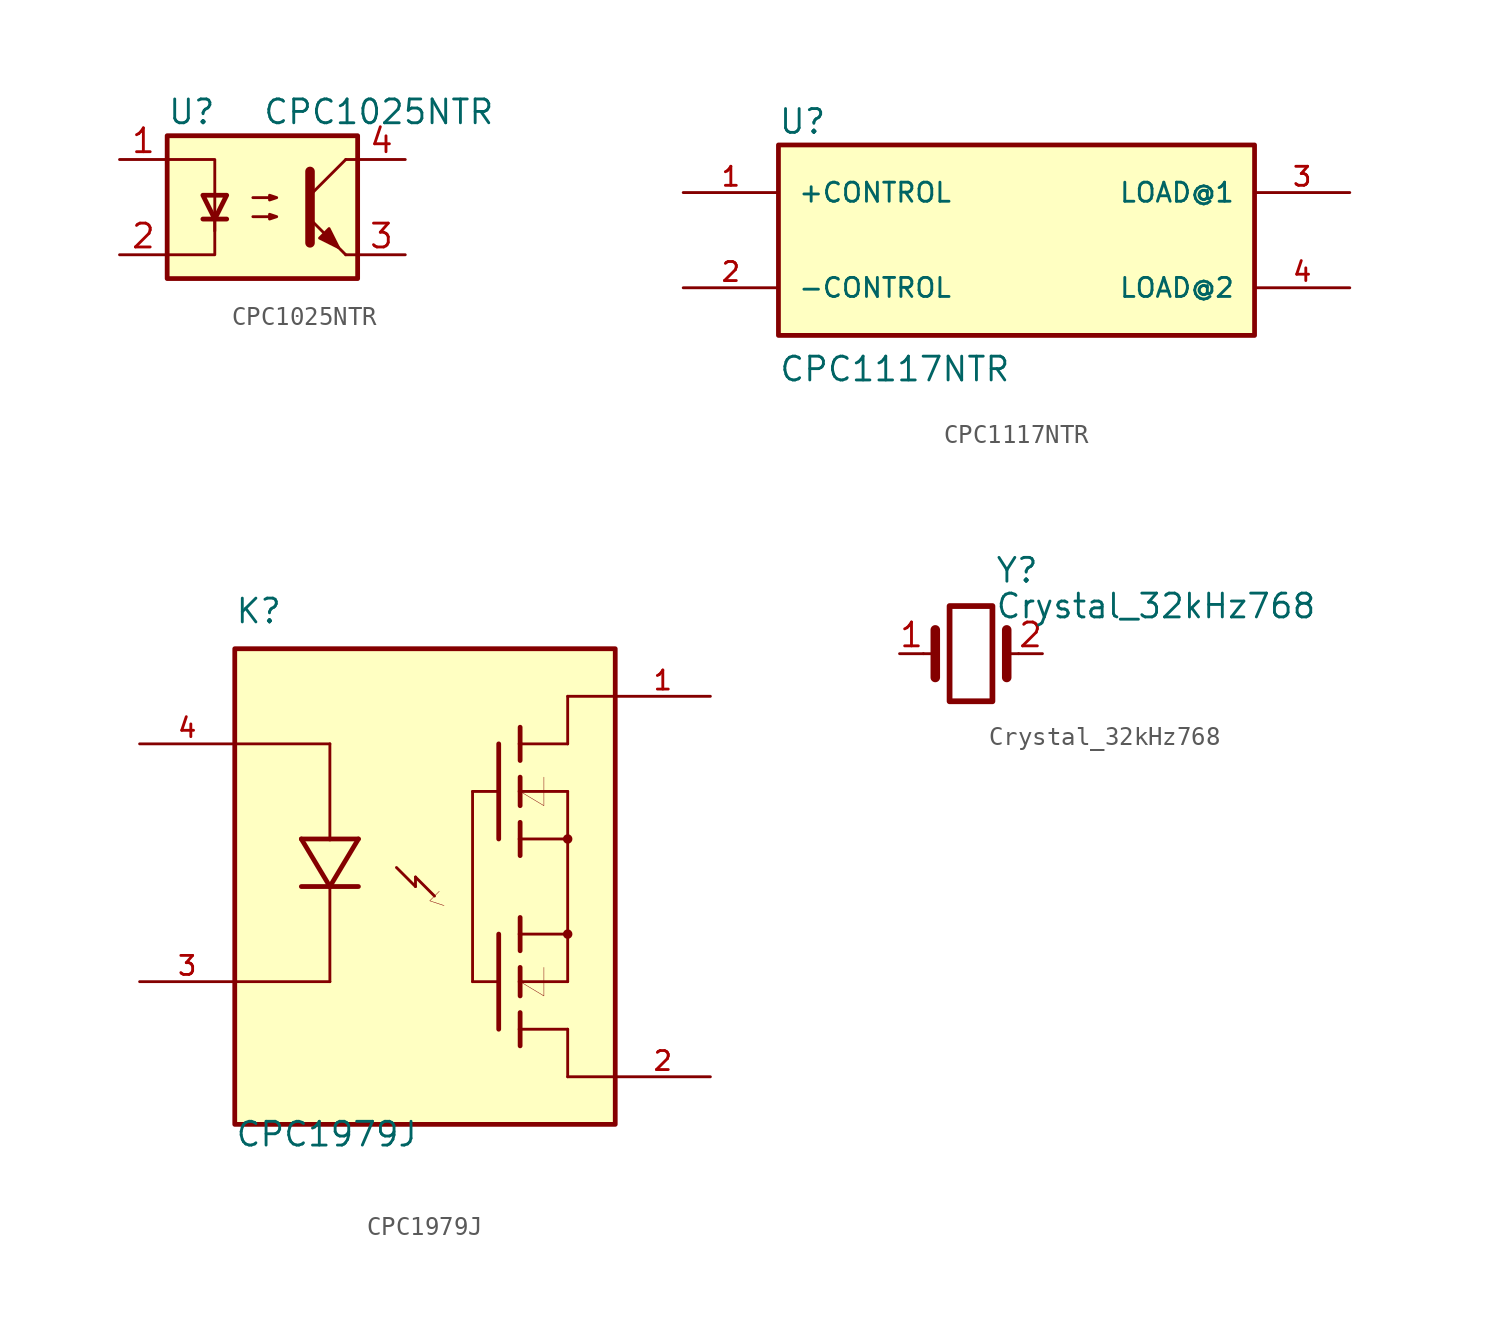
<source format=kicad_sym>
(kicad_symbol_lib
  (version 20211014)
  (generator kicad_symbol_editor)
  (symbol "CPC1025NTR"
    (pin_names
      (offset 1.016))
    (property "Reference" "U"
      (at -5.08 5.08 0)
      (effects (font (size 1.27 1.27)) (justify left)))
    (property "Value" "CPC1025NTR"
      (at 0 5.08 0)
      (effects (font (size 1.27 1.27)) (justify left)))
    (symbol "CPC1025NTR_0_1"
      (rectangle (start -5.08 3.81) (end 5.08 -3.81) (stroke (width 0.254) (type default) (color 0 0 0 0)) (fill (type background)))
      (polyline (pts (xy -3.175 -0.635) (xy -1.905 -0.635)) (stroke (width 0.254) (type default) (color 0 0 0 0)) (fill (type none)))
      (polyline (pts (xy 2.54 0.635) (xy 4.445 2.54)) (stroke (width 0) (type default) (color 0 0 0 0)) (fill (type none)))
      (polyline (pts (xy 4.445 -2.54) (xy 2.54 -0.635)) (stroke (width 0) (type default) (color 0 0 0 0)) (fill (type outline)))
      (polyline (pts (xy 4.445 -2.54) (xy 5.08 -2.54)) (stroke (width 0) (type default) (color 0 0 0 0)) (fill (type none)))
      (polyline (pts (xy 4.445 2.54) (xy 5.08 2.54)) (stroke (width 0) (type default) (color 0 0 0 0)) (fill (type none)))
      (polyline (pts (xy -2.54 -0.635) (xy -2.54 -2.54) (xy -5.08 -2.54)) (stroke (width 0) (type default) (color 0 0 0 0)) (fill (type none)))
      (polyline (pts (xy 2.54 1.905) (xy 2.54 -1.905) (xy 2.54 -1.905)) (stroke (width 0.508) (type default) (color 0 0 0 0)) (fill (type none)))
      (polyline (pts (xy -5.08 2.54) (xy -2.54 2.54) (xy -2.54 -1.27) (xy -2.54 0.635)) (stroke (width 0) (type default) (color 0 0 0 0)) (fill (type none)))
      (polyline (pts (xy -2.54 -0.635) (xy -3.175 0.635) (xy -1.905 0.635) (xy -2.54 -0.635)) (stroke (width 0.254) (type default) (color 0 0 0 0)) (fill (type none)))
      (polyline (pts (xy -0.508 -0.508) (xy 0.762 -0.508) (xy 0.381 -0.635) (xy 0.381 -0.381) (xy 0.762 -0.508)) (stroke (width 0) (type default) (color 0 0 0 0)) (fill (type none)))
      (polyline (pts (xy -0.508 0.508) (xy 0.762 0.508) (xy 0.381 0.381) (xy 0.381 0.635) (xy 0.762 0.508)) (stroke (width 0) (type default) (color 0 0 0 0)) (fill (type none)))
      (polyline (pts (xy 3.048 -1.651) (xy 3.556 -1.143) (xy 4.064 -2.159) (xy 3.048 -1.651) (xy 3.048 -1.651)) (stroke (width 0) (type default) (color 0 0 0 0)) (fill (type outline))))
    (symbol "CPC1025NTR_1_1"
      (pin passive line (at -7.62 2.54 0) (length 2.54) (name "~" (effects (font (size 1.27 1.27)))) (number "1" (effects (font (size 1.27 1.27)))))
      (pin passive line (at -7.62 -2.54 0) (length 2.54) (name "~" (effects (font (size 1.27 1.27)))) (number "2" (effects (font (size 1.27 1.27)))))
      (pin passive line (at 7.62 -2.54 180) (length 2.54) (name "~" (effects (font (size 1.27 1.27)))) (number "3" (effects (font (size 1.27 1.27)))))
      (pin passive line (at 7.62 2.54 180) (length 2.54) (name "~" (effects (font (size 1.27 1.27)))) (number "4" (effects (font (size 1.27 1.27)))))))
  (symbol "CPC1117NTR"
    (pin_names
      (offset 1.016))
    (property "Reference" "U"
      (at -12.725 5.588 0)
      (effects (font (size 1.27 1.27)) (justify left bottom)))
    (property "Value" "CPC1117NTR"
      (at -12.7 -7.62 0)
      (effects (font (size 1.27 1.27)) (justify left bottom)))
    (symbol "CPC1117NTR_0_0"
      (rectangle (start -12.7 -5.08) (end 12.7 5.08) (stroke (width 0.254) (type default) (color 0 0 0 0)) (fill (type background)))
      (pin passive line (at -17.78 2.54 0) (length 5.08) (name "+CONTROL" (effects (font (size 1.016 1.016)))) (number "1" (effects (font (size 1.016 1.016)))))
      (pin passive line (at -17.78 -2.54 0) (length 5.08) (name "-CONTROL" (effects (font (size 1.016 1.016)))) (number "2" (effects (font (size 1.016 1.016)))))
      (pin passive line (at 17.78 2.54 180) (length 5.08) (name "LOAD@1" (effects (font (size 1.016 1.016)))) (number "3" (effects (font (size 1.016 1.016)))))
      (pin passive line (at 17.78 -2.54 180) (length 5.08) (name "LOAD@2" (effects (font (size 1.016 1.016)))) (number "4" (effects (font (size 1.016 1.016)))))))
  (symbol "CPC1979J"
    (pin_names
      (offset 1.016) hide)
    (property "Reference" "K"
      (at -10.16 13.97 0)
      (effects (font (size 1.27 1.27)) (justify left bottom)))
    (property "Value" "CPC1979J"
      (at -10.16 -13.97 0)
      (effects (font (size 1.27 1.27)) (justify left bottom)))
    (symbol "CPC1979J_0_0"
      (rectangle (start -10.16 -12.7) (end 10.16 12.7) (stroke (width 0.254) (type default) (color 0 0 0 0)) (fill (type background)))
      (polyline (pts (xy -10.16 -5.08) (xy -5.08 -5.08)) (stroke (width 0.152) (type default) (color 0 0 0 0)) (fill (type none)))
      (polyline (pts (xy -10.16 7.62) (xy -5.08 7.62)) (stroke (width 0.152) (type default) (color 0 0 0 0)) (fill (type none)))
      (polyline (pts (xy -6.604 2.54) (xy -5.08 0)) (stroke (width 0.254) (type default) (color 0 0 0 0)) (fill (type none)))
      (polyline (pts (xy -5.08 -5.08) (xy -5.08 0)) (stroke (width 0.152) (type default) (color 0 0 0 0)) (fill (type none)))
      (polyline (pts (xy -5.08 0) (xy -6.604 0)) (stroke (width 0.254) (type default) (color 0 0 0 0)) (fill (type none)))
      (polyline (pts (xy -5.08 0) (xy -3.556 2.54)) (stroke (width 0.254) (type default) (color 0 0 0 0)) (fill (type none)))
      (polyline (pts (xy -5.08 2.54) (xy -6.604 2.54)) (stroke (width 0.254) (type default) (color 0 0 0 0)) (fill (type none)))
      (polyline (pts (xy -5.08 7.62) (xy -5.08 2.54)) (stroke (width 0.152) (type default) (color 0 0 0 0)) (fill (type none)))
      (polyline (pts (xy -3.556 0) (xy -5.08 0)) (stroke (width 0.254) (type default) (color 0 0 0 0)) (fill (type none)))
      (polyline (pts (xy -3.556 2.54) (xy -5.08 2.54)) (stroke (width 0.254) (type default) (color 0 0 0 0)) (fill (type none)))
      (polyline (pts (xy -1.524 1.016) (xy -0.508 0)) (stroke (width 0.152) (type default) (color 0 0 0 0)) (fill (type none)))
      (polyline (pts (xy -0.508 0) (xy -0.508 0.508)) (stroke (width 0.152) (type default) (color 0 0 0 0)) (fill (type none)))
      (polyline (pts (xy -0.508 0.508) (xy 0.508 -0.508)) (stroke (width 0.152) (type default) (color 0 0 0 0)) (fill (type none)))
      (polyline (pts (xy 2.54 -5.08) (xy 2.54 5.08)) (stroke (width 0.152) (type default) (color 0 0 0 0)) (fill (type none)))
      (polyline (pts (xy 2.54 -5.08) (xy 3.861 -5.08)) (stroke (width 0.152) (type default) (color 0 0 0 0)) (fill (type none)))
      (polyline (pts (xy 2.54 5.08) (xy 3.861 5.08)) (stroke (width 0.152) (type default) (color 0 0 0 0)) (fill (type none)))
      (polyline (pts (xy 3.937 -7.62) (xy 3.937 -2.54)) (stroke (width 0.254) (type default) (color 0 0 0 0)) (fill (type none)))
      (polyline (pts (xy 3.937 7.62) (xy 3.937 2.54)) (stroke (width 0.254) (type default) (color 0 0 0 0)) (fill (type none)))
      (polyline (pts (xy 5.08 -8.509) (xy 5.08 -7.62)) (stroke (width 0.254) (type default) (color 0 0 0 0)) (fill (type none)))
      (polyline (pts (xy 5.08 -7.62) (xy 5.08 -6.731)) (stroke (width 0.254) (type default) (color 0 0 0 0)) (fill (type none)))
      (polyline (pts (xy 5.08 -7.62) (xy 7.62 -7.62)) (stroke (width 0.152) (type default) (color 0 0 0 0)) (fill (type none)))
      (polyline (pts (xy 5.08 -5.842) (xy 5.08 -5.08)) (stroke (width 0.254) (type default) (color 0 0 0 0)) (fill (type none)))
      (polyline (pts (xy 5.08 -5.08) (xy 5.08 -4.318)) (stroke (width 0.254) (type default) (color 0 0 0 0)) (fill (type none)))
      (polyline (pts (xy 5.08 -5.08) (xy 7.62 -5.08)) (stroke (width 0.152) (type default) (color 0 0 0 0)) (fill (type none)))
      (polyline (pts (xy 5.08 -3.429) (xy 5.08 -2.54)) (stroke (width 0.254) (type default) (color 0 0 0 0)) (fill (type none)))
      (polyline (pts (xy 5.08 -2.54) (xy 5.08 -1.651)) (stroke (width 0.254) (type default) (color 0 0 0 0)) (fill (type none)))
      (polyline (pts (xy 5.08 2.54) (xy 5.08 1.651)) (stroke (width 0.254) (type default) (color 0 0 0 0)) (fill (type none)))
      (polyline (pts (xy 5.08 3.429) (xy 5.08 2.54)) (stroke (width 0.254) (type default) (color 0 0 0 0)) (fill (type none)))
      (polyline (pts (xy 5.08 5.08) (xy 5.08 4.318)) (stroke (width 0.254) (type default) (color 0 0 0 0)) (fill (type none)))
      (polyline (pts (xy 5.08 5.08) (xy 7.62 5.08)) (stroke (width 0.152) (type default) (color 0 0 0 0)) (fill (type none)))
      (polyline (pts (xy 5.08 5.842) (xy 5.08 5.08)) (stroke (width 0.254) (type default) (color 0 0 0 0)) (fill (type none)))
      (polyline (pts (xy 5.08 7.62) (xy 5.08 6.731)) (stroke (width 0.254) (type default) (color 0 0 0 0)) (fill (type none)))
      (polyline (pts (xy 5.08 7.62) (xy 7.62 7.62)) (stroke (width 0.152) (type default) (color 0 0 0 0)) (fill (type none)))
      (polyline (pts (xy 5.08 8.509) (xy 5.08 7.62)) (stroke (width 0.254) (type default) (color 0 0 0 0)) (fill (type none)))
      (polyline (pts (xy 7.62 -10.16) (xy 10.16 -10.16)) (stroke (width 0.152) (type default) (color 0 0 0 0)) (fill (type none)))
      (polyline (pts (xy 7.62 -7.62) (xy 7.62 -10.16)) (stroke (width 0.152) (type default) (color 0 0 0 0)) (fill (type none)))
      (polyline (pts (xy 7.62 -5.08) (xy 7.62 -2.54)) (stroke (width 0.152) (type default) (color 0 0 0 0)) (fill (type none)))
      (polyline (pts (xy 7.62 -2.54) (xy 5.08 -2.54)) (stroke (width 0.152) (type default) (color 0 0 0 0)) (fill (type none)))
      (polyline (pts (xy 7.62 2.54) (xy 5.08 2.54)) (stroke (width 0.152) (type default) (color 0 0 0 0)) (fill (type none)))
      (polyline (pts (xy 7.62 2.54) (xy 7.62 -2.54)) (stroke (width 0.152) (type default) (color 0 0 0 0)) (fill (type none)))
      (polyline (pts (xy 7.62 5.08) (xy 7.62 2.54)) (stroke (width 0.152) (type default) (color 0 0 0 0)) (fill (type none)))
      (polyline (pts (xy 7.62 7.62) (xy 7.62 10.16)) (stroke (width 0.152) (type default) (color 0 0 0 0)) (fill (type none)))
      (polyline (pts (xy 7.62 10.16) (xy 10.16 10.16)) (stroke (width 0.152) (type default) (color 0 0 0 0)) (fill (type none)))
      (polyline (pts (xy 0.762 -0.254) (xy 0.254 -0.762) (xy 1.016 -1.016)) (stroke (width 0.025) (type default) (color 0 0 0 0)) (fill (type background)))
      (polyline (pts (xy 5.08 -5.08) (xy 6.35 -5.842) (xy 6.35 -4.318)) (stroke (width 0.025) (type default) (color 0 0 0 0)) (fill (type background)))
      (polyline (pts (xy 5.08 5.08) (xy 6.35 4.318) (xy 6.35 5.842)) (stroke (width 0.025) (type default) (color 0 0 0 0)) (fill (type background)))
      (circle (center 7.62 -2.54) (radius 0.127) (stroke (width 0.254) (type default) (color 0 0 0 0)) (fill (type none)))
      (circle (center 7.62 2.54) (radius 0.127) (stroke (width 0.254) (type default) (color 0 0 0 0)) (fill (type none)))
      (pin passive line (at 15.24 10.16 180) (length 5.08) (name "~" (effects (font (size 1.016 1.016)))) (number "1" (effects (font (size 1.016 1.016)))))
      (pin passive line (at 15.24 -10.16 180) (length 5.08) (name "~" (effects (font (size 1.016 1.016)))) (number "2" (effects (font (size 1.016 1.016)))))
      (pin passive line (at -15.24 -5.08 0) (length 5.08) (name "~" (effects (font (size 1.016 1.016)))) (number "3" (effects (font (size 1.016 1.016)))))
      (pin passive line (at -15.24 7.62 0) (length 5.08) (name "~" (effects (font (size 1.016 1.016)))) (number "4" (effects (font (size 1.016 1.016)))))))
  (symbol "Crystal_32kHz768"
    (pin_names
      (offset 1.016) hide)
    (property "Reference" "Y"
      (at 1.27 4.445 0)
      (effects (font (size 1.27 1.27)) (justify left)))
    (property "Value" "Crystal_32kHz768"
      (at 1.27 2.54 0)
      (effects (font (size 1.27 1.27)) (justify left)))
    (symbol "Crystal_32kHz768_1_1"
      (rectangle (start -1.143 2.54) (end 1.143 -2.54) (stroke (width 0.305) (type default) (color 0 0 0 0)) (fill (type none)))
      (polyline (pts (xy -2.54 0) (xy -1.905 0)) (stroke (width 0) (type default) (color 0 0 0 0)) (fill (type none)))
      (polyline (pts (xy -1.905 -1.27) (xy -1.905 1.27)) (stroke (width 0.508) (type default) (color 0 0 0 0)) (fill (type none)))
      (polyline (pts (xy 1.905 -1.27) (xy 1.905 1.27)) (stroke (width 0.508) (type default) (color 0 0 0 0)) (fill (type none)))
      (polyline (pts (xy 2.54 0) (xy 1.905 0)) (stroke (width 0) (type default) (color 0 0 0 0)) (fill (type none)))
      (pin passive line (at -3.81 0 0) (length 1.27) (name "1" (effects (font (size 1.27 1.27)))) (number "1" (effects (font (size 1.27 1.27)))))
      (pin passive line (at 3.81 0 180) (length 1.27) (name "2" (effects (font (size 1.27 1.27)))) (number "2" (effects (font (size 1.27 1.27))))))))
</source>
